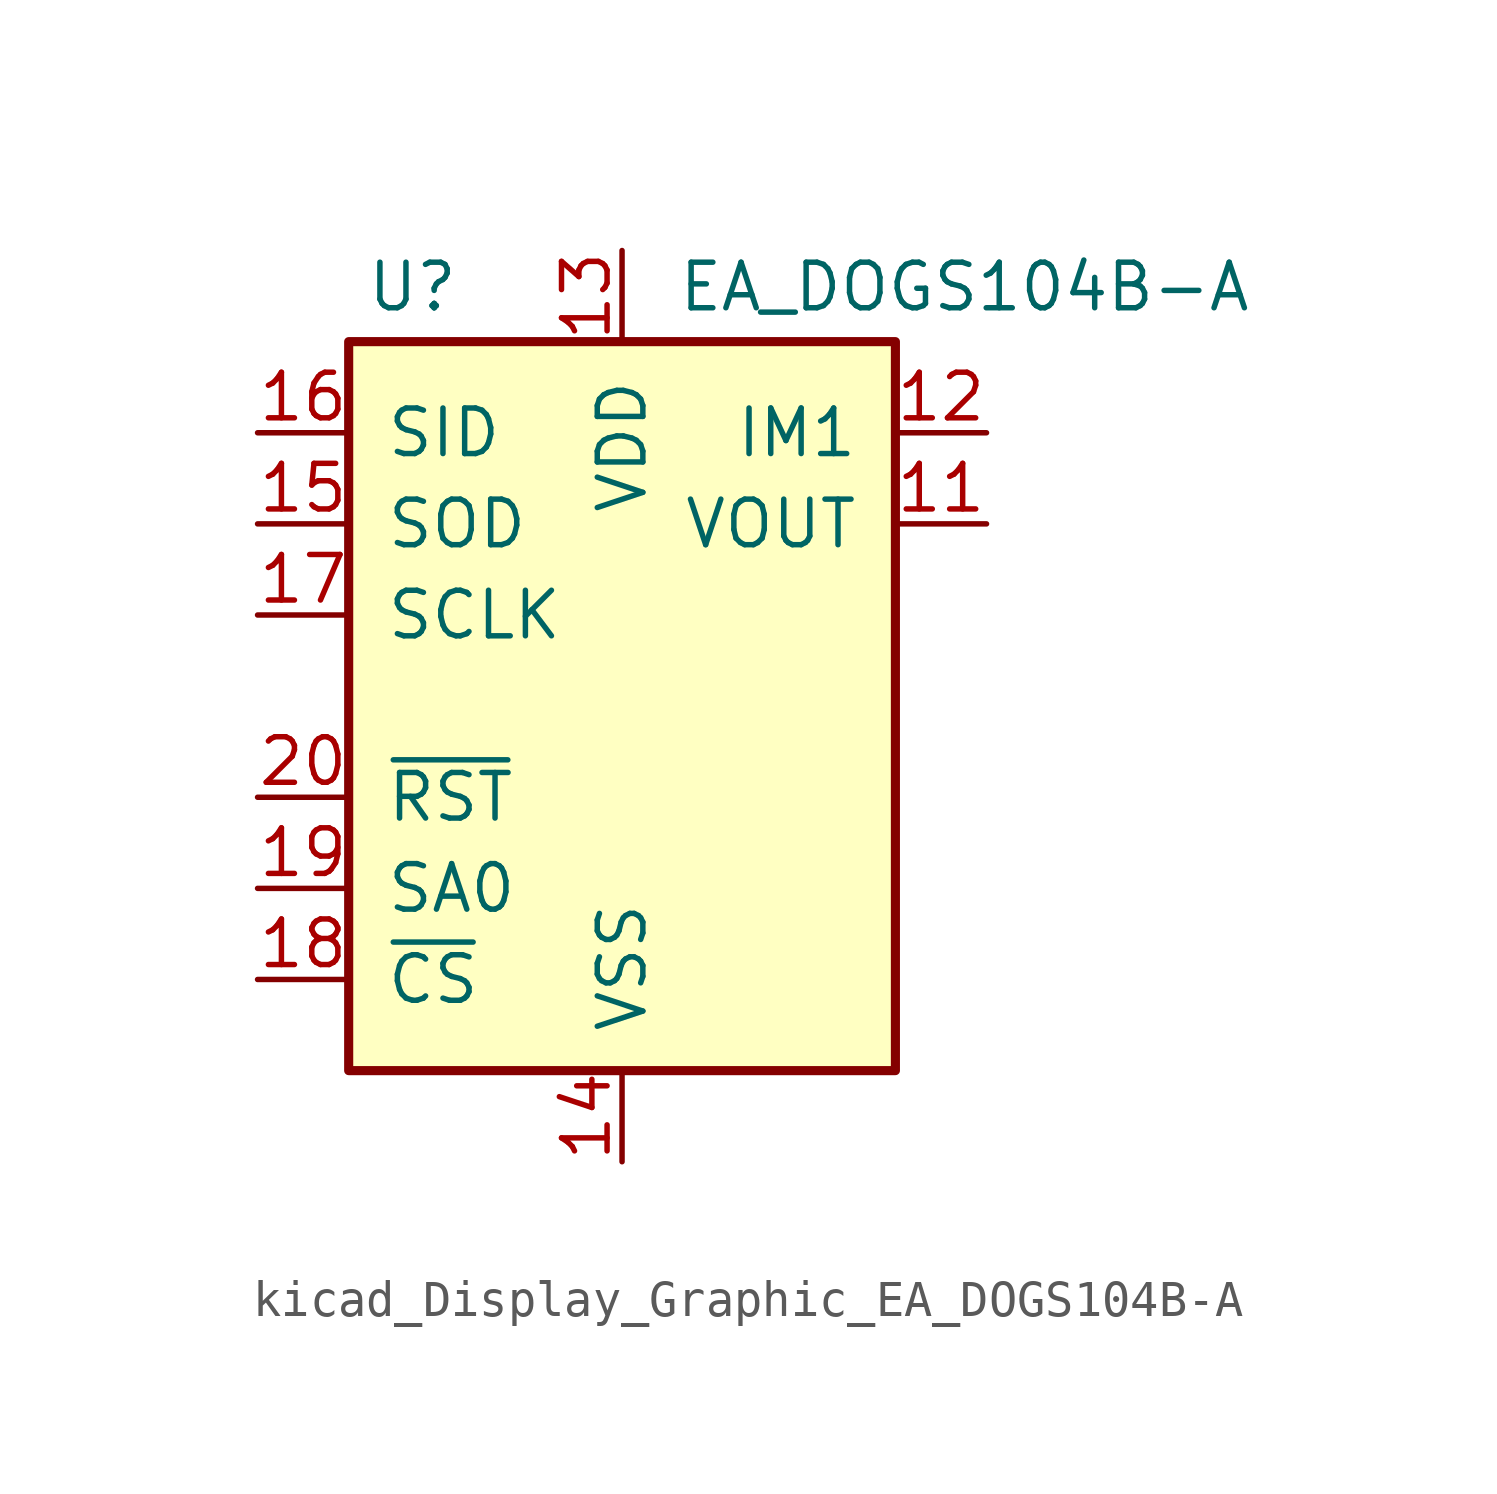
<source format=kicad_sym>
(kicad_symbol_lib
  (version 20220914)
  (generator kicad_symbol_editor)
  (symbol "kicad_Display_Graphic_EA_DOGS104B-A"
    (pin_names
      (offset 1.016))
    (property "Reference" "U"
      (at -5.842 11.684 0)
      (effects (font (size 1.27 1.27))))
    (property "Value" "EA_DOGS104B-A"
      (at 1.524 11.684 0)
      (effects (font (size 1.27 1.27)) (justify left)))
    (symbol "kicad_Display_Graphic_EA_DOGS104B-A_0_1"
      (rectangle (start -7.62 10.16) (end 7.62 -10.16) (stroke (width 0.254) (type default)) (fill (type background))))
    (symbol "kicad_Display_Graphic_EA_DOGS104B-A_1_1"
      (pin no_connect line (at 7.62 0 180) (length 2.54) hide (name "NC" (effects (font (size 1.27 1.27)))) (number "1" (effects (font (size 1.27 1.27)))))
      (pin no_connect line (at 7.62 -7.62 180) (length 2.54) hide (name "NC" (effects (font (size 1.27 1.27)))) (number "10" (effects (font (size 1.27 1.27)))))
      (pin output line (at 10.16 5.08 180) (length 2.54) (name "VOUT" (effects (font (size 1.27 1.27)))) (number "11" (effects (font (size 1.27 1.27)))))
      (pin input line (at 10.16 7.62 180) (length 2.54) (name "IM1" (effects (font (size 1.27 1.27)))) (number "12" (effects (font (size 1.27 1.27)))))
      (pin power_in line (at 0 12.7 270) (length 2.54) (name "VDD" (effects (font (size 1.27 1.27)))) (number "13" (effects (font (size 1.27 1.27)))))
      (pin power_in line (at 0 -12.7 90) (length 2.54) (name "VSS" (effects (font (size 1.27 1.27)))) (number "14" (effects (font (size 1.27 1.27)))))
      (pin output line (at -10.16 5.08 0) (length 2.54) (name "SOD" (effects (font (size 1.27 1.27)))) (number "15" (effects (font (size 1.27 1.27)))))
      (pin input line (at -10.16 7.62 0) (length 2.54) (name "SID" (effects (font (size 1.27 1.27)))) (number "16" (effects (font (size 1.27 1.27)))))
      (pin input line (at -10.16 2.54 0) (length 2.54) (name "SCLK" (effects (font (size 1.27 1.27)))) (number "17" (effects (font (size 1.27 1.27)))))
      (pin input line (at -10.16 -7.62 0) (length 2.54) (name "~{CS}" (effects (font (size 1.27 1.27)))) (number "18" (effects (font (size 1.27 1.27)))))
      (pin input line (at -10.16 -5.08 0) (length 2.54) (name "SA0" (effects (font (size 1.27 1.27)))) (number "19" (effects (font (size 1.27 1.27)))))
      (pin no_connect line (at 7.62 -2.54 180) (length 2.54) hide (name "NC" (effects (font (size 1.27 1.27)))) (number "2" (effects (font (size 1.27 1.27)))))
      (pin input line (at -10.16 -2.54 0) (length 2.54) (name "~{RST}" (effects (font (size 1.27 1.27)))) (number "20" (effects (font (size 1.27 1.27)))))
      (pin no_connect line (at 7.62 -5.08 180) (length 2.54) hide (name "NC" (effects (font (size 1.27 1.27)))) (number "9" (effects (font (size 1.27 1.27))))))))
</source>
